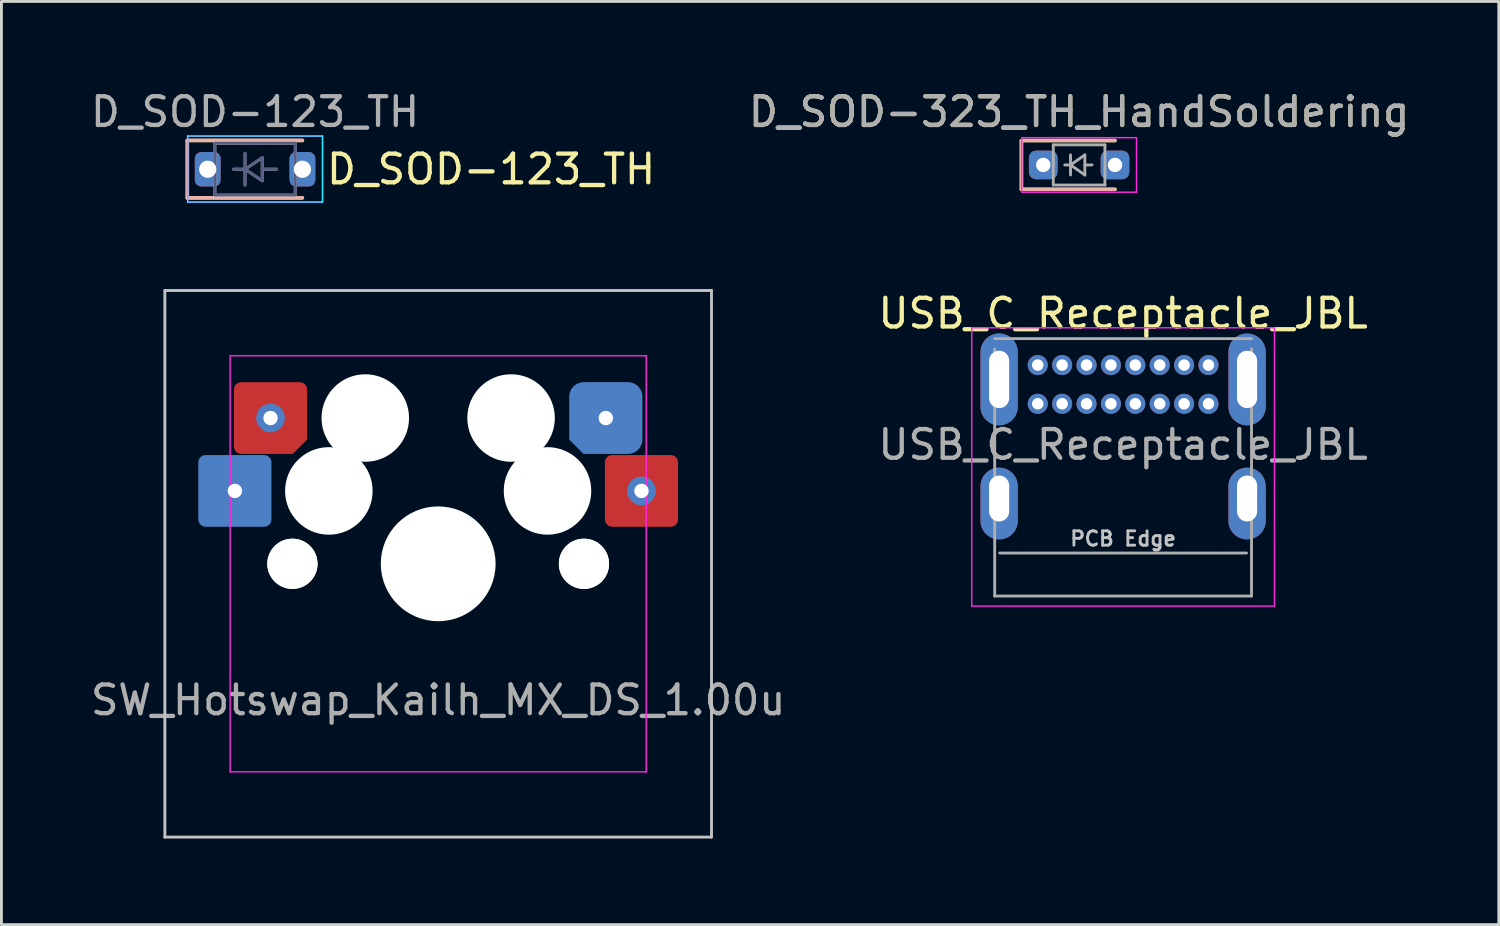
<source format=kicad_pcb>
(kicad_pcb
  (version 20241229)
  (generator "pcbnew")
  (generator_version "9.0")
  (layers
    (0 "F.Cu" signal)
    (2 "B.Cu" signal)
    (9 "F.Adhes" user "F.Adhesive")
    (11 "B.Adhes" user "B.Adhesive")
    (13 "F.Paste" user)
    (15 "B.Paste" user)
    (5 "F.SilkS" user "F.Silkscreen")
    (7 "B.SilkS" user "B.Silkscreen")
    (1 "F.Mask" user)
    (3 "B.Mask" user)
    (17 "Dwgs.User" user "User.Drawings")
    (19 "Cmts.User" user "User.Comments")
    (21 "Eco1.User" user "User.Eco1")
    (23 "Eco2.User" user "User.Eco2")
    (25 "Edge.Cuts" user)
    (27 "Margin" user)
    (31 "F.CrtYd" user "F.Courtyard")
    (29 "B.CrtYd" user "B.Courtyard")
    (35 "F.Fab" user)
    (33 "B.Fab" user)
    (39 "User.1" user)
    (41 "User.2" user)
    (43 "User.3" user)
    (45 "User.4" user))
  (footprint "USB_C_Receptacle_JBL"
    (layer "F.Cu")
    (at 36.089 13.222)
    (property "Reference" "USB_C_Receptacle_JBL" (at 0 -5.35 0) (layer "F.SilkS") (effects (font (size 1 1) (thickness 0.15))))
    (attr through_hole)
    (fp_line (start -5.275 -4.85) (end -5.275 4.85) (stroke (width 0.05) (type solid)) (layer "F.CrtYd"))
    (fp_line (start -5.275 -4.85) (end 5.275 -4.85) (stroke (width 0.05) (type solid)) (layer "F.CrtYd"))
    (fp_line (start -5.275 4.85) (end 5.275 4.85) (stroke (width 0.05) (type solid)) (layer "F.CrtYd"))
    (fp_line (start 5.275 -4.85) (end 5.275 4.85) (stroke (width 0.05) (type solid)) (layer "F.CrtYd"))
    (fp_line (start -4.475 -4.47) (end 4.475 -4.47) (stroke (width 0.1) (type solid)) (layer "F.Fab"))
    (fp_line (start -4.475 -4.11) (end -4.475 4.5) (stroke (width 0.1) (type solid)) (layer "F.Fab"))
    (fp_line (start -4.475 4.5) (end 4.475 4.5) (stroke (width 0.1) (type solid)) (layer "F.Fab"))
    (fp_line (start -4.3 3) (end 4.3 3) (stroke (width 0.1) (type solid)) (layer "F.Fab"))
    (fp_line (start 4.475 -4.11) (end 4.475 4.5) (stroke (width 0.1) (type solid)) (layer "F.Fab"))
    (fp_text user "PCB Edge" (at 0 2.5 0) (layer "Dwgs.User") (effects (font (size 0.5 0.5) (thickness 0.1))))
    (fp_text user "${REFERENCE}" (at 0 -0.775 0) (layer "F.Fab") (effects (font (size 1 1) (thickness 0.15))))
    (pad "A1" thru_hole circle (at -2.975 -3.55) (size 0.7 0.7) (drill 0.4) (layers "*.Cu" "*.Mask"))
    (pad "A4" thru_hole circle (at -2.125 -3.55) (size 0.7 0.7) (drill 0.4) (layers "*.Cu" "*.Mask"))
    (pad "A5" thru_hole circle (at -1.275 -3.55) (size 0.7 0.7) (drill 0.4) (layers "*.Cu" "*.Mask"))
    (pad "A6" thru_hole circle (at -0.425 -3.55) (size 0.7 0.7) (drill 0.4) (layers "*.Cu" "*.Mask"))
    (pad "A7" thru_hole circle (at 0.425 -3.55) (size 0.7 0.7) (drill 0.4) (layers "*.Cu" "*.Mask"))
    (pad "A8" thru_hole circle (at 1.275 -3.55) (size 0.7 0.7) (drill 0.4) (layers "*.Cu" "*.Mask"))
    (pad "A9" thru_hole circle (at 2.125 -3.55) (size 0.7 0.7) (drill 0.4) (layers "*.Cu" "*.Mask"))
    (pad "A12" thru_hole circle (at 2.975 -3.55) (size 0.7 0.7) (drill 0.4) (layers "*.Cu" "*.Mask"))
    (pad "B1" thru_hole circle (at 2.975 -2.2) (size 0.7 0.7) (drill 0.4) (layers "*.Cu" "*.Mask"))
    (pad "B4" thru_hole circle (at 2.125 -2.2) (size 0.7 0.7) (drill 0.4) (layers "*.Cu" "*.Mask"))
    (pad "B5" thru_hole circle (at 1.275 -2.2) (size 0.7 0.7) (drill 0.4) (layers "*.Cu" "*.Mask"))
    (pad "B6" thru_hole circle (at 0.425 -2.2) (size 0.7 0.7) (drill 0.4) (layers "*.Cu" "*.Mask"))
    (pad "B7" thru_hole circle (at -0.425 -2.2) (size 0.7 0.7) (drill 0.4) (layers "*.Cu" "*.Mask"))
    (pad "B8" thru_hole circle (at -1.275 -2.2) (size 0.7 0.7) (drill 0.4) (layers "*.Cu" "*.Mask"))
    (pad "B9" thru_hole circle (at -2.125 -2.2) (size 0.7 0.7) (drill 0.4) (layers "*.Cu" "*.Mask"))
    (pad "B12" thru_hole circle (at -2.975 -2.2) (size 0.7 0.7) (drill 0.4) (layers "*.Cu" "*.Mask"))
    (pad "S1" thru_hole oval (at -4.32 -3.05) (size 1.3 3.2) (drill oval 0.7 2) (layers "*.Cu" "*.Mask"))
    (pad "S1" thru_hole oval (at -4.32 1.1) (size 1.3 2.5) (drill oval 0.7 1.6 (offset 0 0.175)) (layers "*.Cu" "*.Mask"))
    (pad "S1" thru_hole oval (at 4.32 -3.05) (size 1.3 3.2) (drill oval 0.7 2) (layers "*.Cu" "*.Mask"))
    (pad "S1" thru_hole oval (at 4.32 1.1) (size 1.3 2.5) (drill oval 0.7 1.6 (offset 0 0.175)) (layers "*.Cu" "*.Mask")))
  (footprint "D_SOD-323_TH_HandSoldering"
    (layer "F.Cu")
    (at 34.556 2.698)
    (property "Reference" "D_SOD-323_TH_HandSoldering" (at 0 -1.85 0) (layer "F.SilkS") (effects (font (size 1 1) (thickness 0.15))))
    (fp_line (start -2.01 -0.85) (end -2.01 0.85) (stroke (width 0.12) (type solid)) (layer "F.SilkS"))
    (fp_line (start -2.01 -0.85) (end 1.25 -0.85) (stroke (width 0.12) (type solid)) (layer "F.SilkS"))
    (fp_line (start -2.01 0.85) (end 1.25 0.85) (stroke (width 0.12) (type solid)) (layer "F.SilkS"))
    (fp_line (start -2.01 -0.85) (end -2.01 0.85) (stroke (width 0.12) (type solid)) (layer "B.SilkS"))
    (fp_line (start 1.25 -0.85) (end -2.01 -0.85) (stroke (width 0.12) (type solid)) (layer "B.SilkS"))
    (fp_line (start 1.25 0.85) (end -2.01 0.85) (stroke (width 0.12) (type solid)) (layer "B.SilkS"))
    (fp_line (start -2 -0.95) (end -2 0.95) (stroke (width 0.05) (type solid)) (layer "F.CrtYd"))
    (fp_line (start -2 -0.95) (end 2 -0.95) (stroke (width 0.05) (type solid)) (layer "F.CrtYd"))
    (fp_line (start -2 0.95) (end 2 0.95) (stroke (width 0.05) (type solid)) (layer "F.CrtYd"))
    (fp_line (start 2 -0.95) (end 2 0.95) (stroke (width 0.05) (type solid)) (layer "F.CrtYd"))
    (fp_line (start -0.9 -0.7) (end 0.9 -0.7) (stroke (width 0.1) (type solid)) (layer "F.Fab"))
    (fp_line (start -0.9 0.7) (end -0.9 -0.7) (stroke (width 0.1) (type solid)) (layer "F.Fab"))
    (fp_line (start -0.3 -0.35) (end -0.3 0.35) (stroke (width 0.1) (type solid)) (layer "F.Fab"))
    (fp_line (start -0.3 0) (end -0.5 0) (stroke (width 0.1) (type solid)) (layer "F.Fab"))
    (fp_line (start -0.3 0) (end 0.2 -0.35) (stroke (width 0.1) (type solid)) (layer "F.Fab"))
    (fp_line (start 0.2 -0.35) (end 0.2 0.35) (stroke (width 0.1) (type solid)) (layer "F.Fab"))
    (fp_line (start 0.2 0) (end 0.45 0) (stroke (width 0.1) (type solid)) (layer "F.Fab"))
    (fp_line (start 0.2 0.35) (end -0.3 0) (stroke (width 0.1) (type solid)) (layer "F.Fab"))
    (fp_line (start 0.9 -0.7) (end 0.9 0.7) (stroke (width 0.1) (type solid)) (layer "F.Fab"))
    (fp_line (start 0.9 0.7) (end -0.9 0.7) (stroke (width 0.1) (type solid)) (layer "F.Fab"))
    (fp_text user "${REFERENCE}" (at 0 -1.85 0) (layer "F.Fab") (effects (font (size 1 1) (thickness 0.15))))
    (pad "1" thru_hole roundrect (at -1.25 0) (size 1 1) (drill 0.5) (layers "*.Cu" "*.Mask") (roundrect_rratio 0.25))
    (pad "2" thru_hole roundrect (at 1.25 0) (size 1 1) (drill 0.5) (layers "*.Cu" "*.Mask") (roundrect_rratio 0.25)))
  (footprint "SW_Hotswap_Kailh_MX_DS_1.00u"
    (layer "F.Cu")
    (at 12.22 16.598)
    (property "Reference" "SW_Hotswap_Kailh_MX_DS_1.00u" (at 0 -8 0) (layer "User.9") (effects (font (size 1 1) (thickness 0.15))))
    (fp_line (start -9.525 -9.525) (end -9.525 9.525) (stroke (width 0.1) (type solid)) (layer "Dwgs.User"))
    (fp_line (start -9.525 9.525) (end 9.525 9.525) (stroke (width 0.1) (type solid)) (layer "Dwgs.User"))
    (fp_line (start 9.525 -9.525) (end -9.525 -9.525) (stroke (width 0.1) (type solid)) (layer "Dwgs.User"))
    (fp_line (start 9.525 9.525) (end 9.525 -9.525) (stroke (width 0.1) (type solid)) (layer "Dwgs.User"))
    (fp_line (start -7.25 -7.25) (end -7.25 7.25) (stroke (width 0.05) (type solid)) (layer "F.CrtYd"))
    (fp_line (start -7.25 7.25) (end 7.25 7.25) (stroke (width 0.05) (type solid)) (layer "F.CrtYd"))
    (fp_line (start 7.25 -7.25) (end -7.25 -7.25) (stroke (width 0.05) (type solid)) (layer "F.CrtYd"))
    (fp_line (start 7.25 7.25) (end 7.25 -7.25) (stroke (width 0.05) (type solid)) (layer "F.CrtYd"))
    (fp_line (start -7 -7) (end -7 7) (stroke (width 0.01) (type solid)) (layer "User.8"))
    (fp_line (start -7 7) (end 7 7) (stroke (width 0.01) (type solid)) (layer "User.8"))
    (fp_line (start 7 -7) (end -7 -7) (stroke (width 0.01) (type solid)) (layer "User.8"))
    (fp_line (start 7 7) (end 7 -7) (stroke (width 0.01) (type solid)) (layer "User.8"))
    (fp_text user "${REFERENCE}" (at 0 4.75 0) (layer "F.Fab") (effects (font (size 1 1) (thickness 0.15))))
    (pad "" np_thru_hole circle (at -5.08 0) (size 1.75 1.75) (drill 1.75) (layers "*.Cu" "*.Mask"))
    (pad "" np_thru_hole circle (at -5.08 0) (size 1.75 1.75) (drill 1.75) (layers "*.Cu" "*.Mask"))
    (pad "" np_thru_hole circle (at -3.81 -2.54) (size 3.05 3.05) (drill 3.05) (layers "*.Cu" "*.Mask"))
    (pad "" np_thru_hole circle (at -2.54 -5.08) (size 3.05 3.05) (drill 3.05) (layers "*.Cu" "*.Mask"))
    (pad "" np_thru_hole circle (at 0 0) (size 4 4) (drill 4) (layers "*.Cu" "*.Mask"))
    (pad "" np_thru_hole circle (at 2.54 -5.08) (size 3.05 3.05) (drill 3.05) (layers "*.Cu" "*.Mask"))
    (pad "" np_thru_hole circle (at 3.81 -2.54) (size 3.05 3.05) (drill 3.05) (layers "*.Cu" "*.Mask"))
    (pad "" np_thru_hole circle (at 5.08 0) (size 1.75 1.75) (drill 1.75) (layers "*.Cu" "*.Mask"))
    (pad "" np_thru_hole circle (at 5.08 0) (size 1.75 1.75) (drill 1.75) (layers "*.Cu" "*.Mask"))
    (pad "1" thru_hole circle (at 5.842 -5.08) (size 1 1) (drill 0.5) (layers "*.Cu" "*.Mask"))
    (pad "1" smd roundrect (at 5.842 -5.08) (size 2.55 2.5) (layers "B.Cu" "B.Mask" "B.Paste") (roundrect_rratio 0.2) (chamfer_ratio 0.2) (chamfer bottom_left))
    (pad "1" thru_hole circle (at 7.085 -2.54) (size 1 1) (drill 0.5) (layers "*.Cu" "*.Mask"))
    (pad "1" smd roundrect (at 7.085 -2.54) (size 2.55 2.5) (layers "F.Cu" "F.Mask" "F.Paste") (roundrect_rratio 0.1))
    (pad "2" thru_hole circle (at -7.085 -2.54) (size 1 1) (drill 0.5) (layers "*.Cu" "*.Mask"))
    (pad "2" smd roundrect (at -7.085 -2.54) (size 2.55 2.5) (layers "B.Cu" "B.Mask" "B.Paste") (roundrect_rratio 0.1))
    (pad "2" thru_hole circle (at -5.842 -5.08) (size 1 1) (drill 0.5) (layers "*.Cu" "*.Mask"))
    (pad "2" smd roundrect (at -5.842 -5.08) (size 2.55 2.5) (layers "F.Cu" "F.Mask" "F.Paste") (roundrect_rratio 0.1) (chamfer_ratio 0.2) (chamfer bottom_right)))
  (footprint "D_SOD-123_TH"
    (layer "F.Cu")
    (at 5.839 2.848)
    (property "Reference" "D_SOD-123_TH" (at 2.413 0 0) (layer "F.SilkS") (effects (font (size 1 1) (thickness 0.15)) (justify left)))
    (attr smd)
    (fp_line (start -2.36 -1) (end -2.36 1) (stroke (width 0.12) (type solid)) (layer "F.SilkS"))
    (fp_line (start -2.36 -1) (end 1.65 -1) (stroke (width 0.12) (type solid)) (layer "F.SilkS"))
    (fp_line (start -2.36 1) (end 1.65 1) (stroke (width 0.12) (type solid)) (layer "F.SilkS"))
    (fp_line (start -2.36 -1.007) (end 1.65 -1.007) (stroke (width 0.12) (type solid)) (layer "B.SilkS"))
    (fp_line (start -2.36 0.993) (end -2.36 -1.007) (stroke (width 0.12) (type solid)) (layer "B.SilkS"))
    (fp_line (start -2.36 0.993) (end 1.65 0.993) (stroke (width 0.12) (type solid)) (layer "B.SilkS"))
    (fp_line (start -2.35 1.143) (end -2.35 -1.157) (stroke (width 0.05) (type solid)) (layer "B.CrtYd"))
    (fp_line (start -2.35 1.143) (end 2.35 1.143) (stroke (width 0.05) (type solid)) (layer "B.CrtYd"))
    (fp_line (start 2.35 -1.157) (end -2.35 -1.157) (stroke (width 0.05) (type solid)) (layer "B.CrtYd"))
    (fp_line (start 2.35 1.143) (end 2.35 -1.157) (stroke (width 0.05) (type solid)) (layer "B.CrtYd"))
    (fp_line (start -2.35 -1.15) (end -2.35 1.15) (stroke (width 0.05) (type solid)) (layer "F.CrtYd"))
    (fp_line (start -2.35 -1.15) (end 2.35 -1.15) (stroke (width 0.05) (type solid)) (layer "F.CrtYd"))
    (fp_line (start 2.35 -1.15) (end 2.35 1.15) (stroke (width 0.05) (type solid)) (layer "F.CrtYd"))
    (fp_line (start 2.35 1.15) (end -2.35 1.15) (stroke (width 0.05) (type solid)) (layer "F.CrtYd"))
    (fp_line (start -1.4 -0.907) (end -1.4 0.893) (stroke (width 0.1) (type solid)) (layer "B.Fab"))
    (fp_line (start -1.4 0.893) (end 1.4 0.893) (stroke (width 0.1) (type solid)) (layer "B.Fab"))
    (fp_line (start -0.75 -0.007) (end -0.35 -0.007) (stroke (width 0.1) (type solid)) (layer "B.Fab"))
    (fp_line (start -0.35 -0.007) (end -0.35 -0.557) (stroke (width 0.1) (type solid)) (layer "B.Fab"))
    (fp_line (start -0.35 -0.007) (end -0.35 0.543) (stroke (width 0.1) (type solid)) (layer "B.Fab"))
    (fp_line (start -0.35 -0.007) (end 0.25 0.393) (stroke (width 0.1) (type solid)) (layer "B.Fab"))
    (fp_line (start 0.25 -0.407) (end -0.35 -0.007) (stroke (width 0.1) (type solid)) (layer "B.Fab"))
    (fp_line (start 0.25 -0.007) (end 0.75 -0.007) (stroke (width 0.1) (type solid)) (layer "B.Fab"))
    (fp_line (start 0.25 0.393) (end 0.25 -0.407) (stroke (width 0.1) (type solid)) (layer "B.Fab"))
    (fp_line (start 1.4 -0.907) (end -1.4 -0.907) (stroke (width 0.1) (type solid)) (layer "B.Fab"))
    (fp_line (start 1.4 0.893) (end 1.4 -0.907) (stroke (width 0.1) (type solid)) (layer "B.Fab"))
    (fp_line (start -1.4 -0.9) (end 1.4 -0.9) (stroke (width 0.1) (type solid)) (layer "F.Fab"))
    (fp_line (start -1.4 0.9) (end -1.4 -0.9) (stroke (width 0.1) (type solid)) (layer "F.Fab"))
    (fp_line (start -0.75 0) (end -0.35 0) (stroke (width 0.1) (type solid)) (layer "F.Fab"))
    (fp_line (start -0.35 0) (end -0.35 -0.55) (stroke (width 0.1) (type solid)) (layer "F.Fab"))
    (fp_line (start -0.35 0) (end -0.35 0.55) (stroke (width 0.1) (type solid)) (layer "F.Fab"))
    (fp_line (start -0.35 0) (end 0.25 -0.4) (stroke (width 0.1) (type solid)) (layer "F.Fab"))
    (fp_line (start 0.25 -0.4) (end 0.25 0.4) (stroke (width 0.1) (type solid)) (layer "F.Fab"))
    (fp_line (start 0.25 0) (end 0.75 0) (stroke (width 0.1) (type solid)) (layer "F.Fab"))
    (fp_line (start 0.25 0.4) (end -0.35 0) (stroke (width 0.1) (type solid)) (layer "F.Fab"))
    (fp_line (start 1.4 -0.9) (end 1.4 0.9) (stroke (width 0.1) (type solid)) (layer "F.Fab"))
    (fp_line (start 1.4 0.9) (end -1.4 0.9) (stroke (width 0.1) (type solid)) (layer "F.Fab"))
    (fp_text user "${REFERENCE}" (at 0 -2 0) (layer "F.Fab") (effects (font (size 1 1) (thickness 0.15))))
    (pad "1" thru_hole roundrect (at -1.65 0) (size 0.9 1.2) (drill 0.6) (layers "*.Cu" "*.Mask") (roundrect_rratio 0.25))
    (pad "2" thru_hole roundrect (at 1.65 0) (size 0.9 1.2) (drill 0.6) (layers "*.Cu" "*.Mask") (roundrect_rratio 0.25)))
  (gr_rect
    (start -3 -3)
    (end 49.181 29.173)
    (stroke (width 0.1) (type default))
    (fill no)
    (layer "Edge.Cuts")))
</source>
